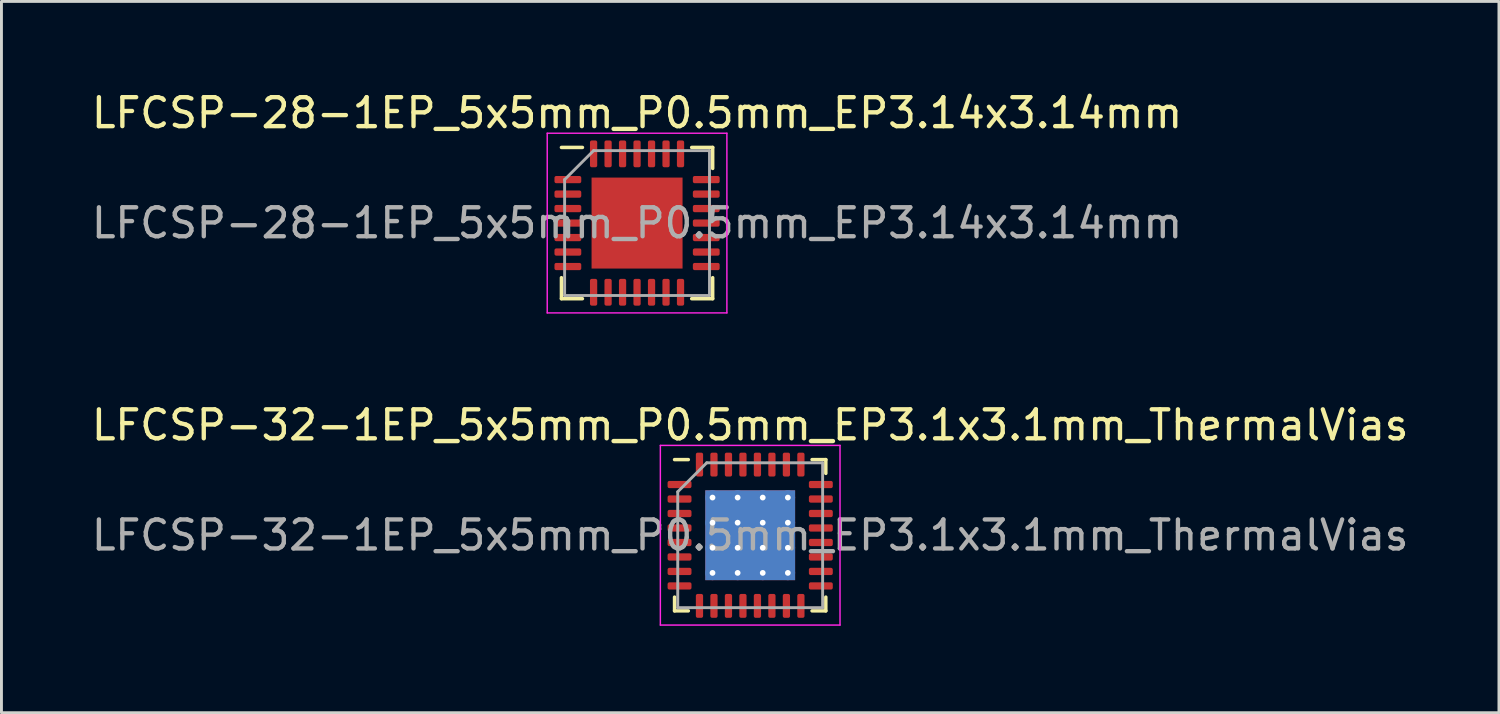
<source format=kicad_pcb>
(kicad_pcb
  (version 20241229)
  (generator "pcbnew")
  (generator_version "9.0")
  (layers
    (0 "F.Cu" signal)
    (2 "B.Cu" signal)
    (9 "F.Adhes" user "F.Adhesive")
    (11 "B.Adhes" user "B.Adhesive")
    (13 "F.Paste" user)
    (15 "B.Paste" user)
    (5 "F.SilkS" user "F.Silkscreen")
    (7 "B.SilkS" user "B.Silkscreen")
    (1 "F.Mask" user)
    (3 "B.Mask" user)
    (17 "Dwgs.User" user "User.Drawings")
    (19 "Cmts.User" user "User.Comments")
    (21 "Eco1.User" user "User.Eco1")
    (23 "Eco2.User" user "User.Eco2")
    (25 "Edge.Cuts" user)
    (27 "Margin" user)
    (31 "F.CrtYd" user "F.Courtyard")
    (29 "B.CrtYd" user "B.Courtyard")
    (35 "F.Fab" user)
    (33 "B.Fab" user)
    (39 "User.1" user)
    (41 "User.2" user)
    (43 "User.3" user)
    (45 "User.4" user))
  (footprint "LFCSP-28-1EP_5x5mm_P0.5mm_EP3.14x3.14mm"
    (layer "F.Cu")
    (at 18.935 4.648)
    (property "Reference" "LFCSP-28-1EP_5x5mm_P0.5mm_EP3.14x3.14mm" (at 0 -3.8 0) (layer "F.SilkS") (effects (font (size 1 1) (thickness 0.15))))
    (attr smd)
    (fp_line (start -2.61 2.61) (end -2.61 1.885) (stroke (width 0.12) (type solid)) (layer "F.SilkS"))
    (fp_line (start -1.885 -2.61) (end -2.61 -2.61) (stroke (width 0.12) (type solid)) (layer "F.SilkS"))
    (fp_line (start -1.885 2.61) (end -2.61 2.61) (stroke (width 0.12) (type solid)) (layer "F.SilkS"))
    (fp_line (start 1.885 -2.61) (end 2.61 -2.61) (stroke (width 0.12) (type solid)) (layer "F.SilkS"))
    (fp_line (start 1.885 2.61) (end 2.61 2.61) (stroke (width 0.12) (type solid)) (layer "F.SilkS"))
    (fp_line (start 2.61 -2.61) (end 2.61 -1.885) (stroke (width 0.12) (type solid)) (layer "F.SilkS"))
    (fp_line (start 2.61 2.61) (end 2.61 1.885) (stroke (width 0.12) (type solid)) (layer "F.SilkS"))
    (fp_line (start -3.1 -3.1) (end -3.1 3.1) (stroke (width 0.05) (type solid)) (layer "F.CrtYd"))
    (fp_line (start -3.1 3.1) (end 3.1 3.1) (stroke (width 0.05) (type solid)) (layer "F.CrtYd"))
    (fp_line (start 3.1 -3.1) (end -3.1 -3.1) (stroke (width 0.05) (type solid)) (layer "F.CrtYd"))
    (fp_line (start 3.1 3.1) (end 3.1 -3.1) (stroke (width 0.05) (type solid)) (layer "F.CrtYd"))
    (fp_line (start -2.5 -1.5) (end -1.5 -2.5) (stroke (width 0.1) (type solid)) (layer "F.Fab"))
    (fp_line (start -2.5 2.5) (end -2.5 -1.5) (stroke (width 0.1) (type solid)) (layer "F.Fab"))
    (fp_line (start -1.5 -2.5) (end 2.5 -2.5) (stroke (width 0.1) (type solid)) (layer "F.Fab"))
    (fp_line (start 2.5 -2.5) (end 2.5 2.5) (stroke (width 0.1) (type solid)) (layer "F.Fab"))
    (fp_line (start 2.5 2.5) (end -2.5 2.5) (stroke (width 0.1) (type solid)) (layer "F.Fab"))
    (fp_text user "${REFERENCE}" (at 0 0 0) (layer "F.Fab") (effects (font (size 1 1) (thickness 0.15))))
    (pad "" smd roundrect (at -0.785 -0.785) (size 1.27 1.27) (layers "F.Paste") (roundrect_rratio 0.197))
    (pad "" smd roundrect (at -0.785 0.785) (size 1.27 1.27) (layers "F.Paste") (roundrect_rratio 0.197))
    (pad "" smd roundrect (at 0.785 -0.785) (size 1.27 1.27) (layers "F.Paste") (roundrect_rratio 0.197))
    (pad "" smd roundrect (at 0.785 0.785) (size 1.27 1.27) (layers "F.Paste") (roundrect_rratio 0.197))
    (pad "1" smd roundrect (at -2.388 -1.5) (size 0.925 0.25) (layers "F.Cu" "F.Mask" "F.Paste") (roundrect_rratio 0.25))
    (pad "2" smd roundrect (at -2.388 -1) (size 0.925 0.25) (layers "F.Cu" "F.Mask" "F.Paste") (roundrect_rratio 0.25))
    (pad "3" smd roundrect (at -2.388 -0.5) (size 0.925 0.25) (layers "F.Cu" "F.Mask" "F.Paste") (roundrect_rratio 0.25))
    (pad "4" smd roundrect (at -2.388 0) (size 0.925 0.25) (layers "F.Cu" "F.Mask" "F.Paste") (roundrect_rratio 0.25))
    (pad "5" smd roundrect (at -2.388 0.5) (size 0.925 0.25) (layers "F.Cu" "F.Mask" "F.Paste") (roundrect_rratio 0.25))
    (pad "6" smd roundrect (at -2.388 1) (size 0.925 0.25) (layers "F.Cu" "F.Mask" "F.Paste") (roundrect_rratio 0.25))
    (pad "7" smd roundrect (at -2.388 1.5) (size 0.925 0.25) (layers "F.Cu" "F.Mask" "F.Paste") (roundrect_rratio 0.25))
    (pad "8" smd roundrect (at -1.5 2.388) (size 0.25 0.925) (layers "F.Cu" "F.Mask" "F.Paste") (roundrect_rratio 0.25))
    (pad "9" smd roundrect (at -1 2.388) (size 0.25 0.925) (layers "F.Cu" "F.Mask" "F.Paste") (roundrect_rratio 0.25))
    (pad "10" smd roundrect (at -0.5 2.388) (size 0.25 0.925) (layers "F.Cu" "F.Mask" "F.Paste") (roundrect_rratio 0.25))
    (pad "11" smd roundrect (at 0 2.388) (size 0.25 0.925) (layers "F.Cu" "F.Mask" "F.Paste") (roundrect_rratio 0.25))
    (pad "12" smd roundrect (at 0.5 2.388) (size 0.25 0.925) (layers "F.Cu" "F.Mask" "F.Paste") (roundrect_rratio 0.25))
    (pad "13" smd roundrect (at 1 2.388) (size 0.25 0.925) (layers "F.Cu" "F.Mask" "F.Paste") (roundrect_rratio 0.25))
    (pad "14" smd roundrect (at 1.5 2.388) (size 0.25 0.925) (layers "F.Cu" "F.Mask" "F.Paste") (roundrect_rratio 0.25))
    (pad "15" smd roundrect (at 2.388 1.5) (size 0.925 0.25) (layers "F.Cu" "F.Mask" "F.Paste") (roundrect_rratio 0.25))
    (pad "16" smd roundrect (at 2.388 1) (size 0.925 0.25) (layers "F.Cu" "F.Mask" "F.Paste") (roundrect_rratio 0.25))
    (pad "17" smd roundrect (at 2.388 0.5) (size 0.925 0.25) (layers "F.Cu" "F.Mask" "F.Paste") (roundrect_rratio 0.25))
    (pad "18" smd roundrect (at 2.388 0) (size 0.925 0.25) (layers "F.Cu" "F.Mask" "F.Paste") (roundrect_rratio 0.25))
    (pad "19" smd roundrect (at 2.388 -0.5) (size 0.925 0.25) (layers "F.Cu" "F.Mask" "F.Paste") (roundrect_rratio 0.25))
    (pad "20" smd roundrect (at 2.388 -1) (size 0.925 0.25) (layers "F.Cu" "F.Mask" "F.Paste") (roundrect_rratio 0.25))
    (pad "21" smd roundrect (at 2.388 -1.5) (size 0.925 0.25) (layers "F.Cu" "F.Mask" "F.Paste") (roundrect_rratio 0.25))
    (pad "22" smd roundrect (at 1.5 -2.388) (size 0.25 0.925) (layers "F.Cu" "F.Mask" "F.Paste") (roundrect_rratio 0.25))
    (pad "23" smd roundrect (at 1 -2.388) (size 0.25 0.925) (layers "F.Cu" "F.Mask" "F.Paste") (roundrect_rratio 0.25))
    (pad "24" smd roundrect (at 0.5 -2.388) (size 0.25 0.925) (layers "F.Cu" "F.Mask" "F.Paste") (roundrect_rratio 0.25))
    (pad "25" smd roundrect (at 0 -2.388) (size 0.25 0.925) (layers "F.Cu" "F.Mask" "F.Paste") (roundrect_rratio 0.25))
    (pad "26" smd roundrect (at -0.5 -2.388) (size 0.25 0.925) (layers "F.Cu" "F.Mask" "F.Paste") (roundrect_rratio 0.25))
    (pad "27" smd roundrect (at -1 -2.388) (size 0.25 0.925) (layers "F.Cu" "F.Mask" "F.Paste") (roundrect_rratio 0.25))
    (pad "28" smd roundrect (at -1.5 -2.388) (size 0.25 0.925) (layers "F.Cu" "F.Mask" "F.Paste") (roundrect_rratio 0.25))
    (pad "29" smd rect (at 0 0) (size 3.14 3.14) (layers "F.Cu" "F.Mask")))
  (footprint "LFCSP-32-1EP_5x5mm_P0.5mm_EP3.1x3.1mm_ThermalVias"
    (layer "F.Cu")
    (at 22.839 15.421)
    (property "Reference" "LFCSP-32-1EP_5x5mm_P0.5mm_EP3.1x3.1mm_ThermalVias" (at 0 -3.8 0) (layer "F.SilkS") (effects (font (size 1 1) (thickness 0.15))))
    (attr smd)
    (fp_line (start -2.61 2.61) (end -2.61 2.135) (stroke (width 0.12) (type solid)) (layer "F.SilkS"))
    (fp_line (start -2.135 -2.61) (end -2.61 -2.61) (stroke (width 0.12) (type solid)) (layer "F.SilkS"))
    (fp_line (start -2.135 2.61) (end -2.61 2.61) (stroke (width 0.12) (type solid)) (layer "F.SilkS"))
    (fp_line (start 2.135 -2.61) (end 2.61 -2.61) (stroke (width 0.12) (type solid)) (layer "F.SilkS"))
    (fp_line (start 2.135 2.61) (end 2.61 2.61) (stroke (width 0.12) (type solid)) (layer "F.SilkS"))
    (fp_line (start 2.61 -2.61) (end 2.61 -2.135) (stroke (width 0.12) (type solid)) (layer "F.SilkS"))
    (fp_line (start 2.61 2.61) (end 2.61 2.135) (stroke (width 0.12) (type solid)) (layer "F.SilkS"))
    (fp_line (start -3.1 -3.1) (end -3.1 3.1) (stroke (width 0.05) (type solid)) (layer "F.CrtYd"))
    (fp_line (start -3.1 3.1) (end 3.1 3.1) (stroke (width 0.05) (type solid)) (layer "F.CrtYd"))
    (fp_line (start 3.1 -3.1) (end -3.1 -3.1) (stroke (width 0.05) (type solid)) (layer "F.CrtYd"))
    (fp_line (start 3.1 3.1) (end 3.1 -3.1) (stroke (width 0.05) (type solid)) (layer "F.CrtYd"))
    (fp_line (start -2.5 -1.5) (end -1.5 -2.5) (stroke (width 0.1) (type solid)) (layer "F.Fab"))
    (fp_line (start -2.5 2.5) (end -2.5 -1.5) (stroke (width 0.1) (type solid)) (layer "F.Fab"))
    (fp_line (start -1.5 -2.5) (end 2.5 -2.5) (stroke (width 0.1) (type solid)) (layer "F.Fab"))
    (fp_line (start 2.5 -2.5) (end 2.5 2.5) (stroke (width 0.1) (type solid)) (layer "F.Fab"))
    (fp_line (start 2.5 2.5) (end -2.5 2.5) (stroke (width 0.1) (type solid)) (layer "F.Fab"))
    (fp_text user "${REFERENCE}" (at 0 0 0) (layer "F.Fab") (effects (font (size 1 1) (thickness 0.15))))
    (pad "" smd custom (at -0.867 -0.867) (size 0.657 0.657) (layers "F.Paste") (options (anchor circle)) (primitives (gr_poly (pts (xy 0.24 -0.094) (xy 0.24 0.094) (xy 0.094 0.24) (xy -0.094 0.24) (xy -0.24 0.094) (xy -0.24 -0.094) (xy -0.094 -0.24) (xy 0.094 -0.24)) (width 0.353) (fill yes))))
    (pad "" smd custom (at -0.867 0) (size 0.657 0.657) (layers "F.Paste") (options (anchor circle)) (primitives (gr_poly (pts (xy 0.24 -0.094) (xy 0.24 0.094) (xy 0.094 0.24) (xy -0.094 0.24) (xy -0.24 0.094) (xy -0.24 -0.094) (xy -0.094 -0.24) (xy 0.094 -0.24)) (width 0.353) (fill yes))))
    (pad "" smd custom (at -0.867 0.867) (size 0.657 0.657) (layers "F.Paste") (options (anchor circle)) (primitives (gr_poly (pts (xy 0.24 -0.094) (xy 0.24 0.094) (xy 0.094 0.24) (xy -0.094 0.24) (xy -0.24 0.094) (xy -0.24 -0.094) (xy -0.094 -0.24) (xy 0.094 -0.24)) (width 0.353) (fill yes))))
    (pad "" smd custom (at 0 -0.867) (size 0.657 0.657) (layers "F.Paste") (options (anchor circle)) (primitives (gr_poly (pts (xy 0.24 -0.094) (xy 0.24 0.094) (xy 0.094 0.24) (xy -0.094 0.24) (xy -0.24 0.094) (xy -0.24 -0.094) (xy -0.094 -0.24) (xy 0.094 -0.24)) (width 0.353) (fill yes))))
    (pad "" smd custom (at 0 0) (size 0.657 0.657) (layers "F.Paste") (options (anchor circle)) (primitives (gr_poly (pts (xy 0.24 -0.094) (xy 0.24 0.094) (xy 0.094 0.24) (xy -0.094 0.24) (xy -0.24 0.094) (xy -0.24 -0.094) (xy -0.094 -0.24) (xy 0.094 -0.24)) (width 0.353) (fill yes))))
    (pad "" smd custom (at 0 0.867) (size 0.657 0.657) (layers "F.Paste") (options (anchor circle)) (primitives (gr_poly (pts (xy 0.24 -0.094) (xy 0.24 0.094) (xy 0.094 0.24) (xy -0.094 0.24) (xy -0.24 0.094) (xy -0.24 -0.094) (xy -0.094 -0.24) (xy 0.094 -0.24)) (width 0.353) (fill yes))))
    (pad "" smd custom (at 0.867 -0.867) (size 0.657 0.657) (layers "F.Paste") (options (anchor circle)) (primitives (gr_poly (pts (xy 0.24 -0.094) (xy 0.24 0.094) (xy 0.094 0.24) (xy -0.094 0.24) (xy -0.24 0.094) (xy -0.24 -0.094) (xy -0.094 -0.24) (xy 0.094 -0.24)) (width 0.353) (fill yes))))
    (pad "" smd custom (at 0.867 0) (size 0.657 0.657) (layers "F.Paste") (options (anchor circle)) (primitives (gr_poly (pts (xy 0.24 -0.094) (xy 0.24 0.094) (xy 0.094 0.24) (xy -0.094 0.24) (xy -0.24 0.094) (xy -0.24 -0.094) (xy -0.094 -0.24) (xy 0.094 -0.24)) (width 0.353) (fill yes))))
    (pad "" smd custom (at 0.867 0.867) (size 0.657 0.657) (layers "F.Paste") (options (anchor circle)) (primitives (gr_poly (pts (xy 0.24 -0.094) (xy 0.24 0.094) (xy 0.094 0.24) (xy -0.094 0.24) (xy -0.24 0.094) (xy -0.24 -0.094) (xy -0.094 -0.24) (xy 0.094 -0.24)) (width 0.353) (fill yes))))
    (pad "1" smd roundrect (at -2.438 -1.75) (size 0.825 0.25) (layers "F.Cu" "F.Mask" "F.Paste") (roundrect_rratio 0.25))
    (pad "2" smd roundrect (at -2.438 -1.25) (size 0.825 0.25) (layers "F.Cu" "F.Mask" "F.Paste") (roundrect_rratio 0.25))
    (pad "3" smd roundrect (at -2.438 -0.75) (size 0.825 0.25) (layers "F.Cu" "F.Mask" "F.Paste") (roundrect_rratio 0.25))
    (pad "4" smd roundrect (at -2.438 -0.25) (size 0.825 0.25) (layers "F.Cu" "F.Mask" "F.Paste") (roundrect_rratio 0.25))
    (pad "5" smd roundrect (at -2.438 0.25) (size 0.825 0.25) (layers "F.Cu" "F.Mask" "F.Paste") (roundrect_rratio 0.25))
    (pad "6" smd roundrect (at -2.438 0.75) (size 0.825 0.25) (layers "F.Cu" "F.Mask" "F.Paste") (roundrect_rratio 0.25))
    (pad "7" smd roundrect (at -2.438 1.25) (size 0.825 0.25) (layers "F.Cu" "F.Mask" "F.Paste") (roundrect_rratio 0.25))
    (pad "8" smd roundrect (at -2.438 1.75) (size 0.825 0.25) (layers "F.Cu" "F.Mask" "F.Paste") (roundrect_rratio 0.25))
    (pad "9" smd roundrect (at -1.75 2.438) (size 0.25 0.825) (layers "F.Cu" "F.Mask" "F.Paste") (roundrect_rratio 0.25))
    (pad "10" smd roundrect (at -1.25 2.438) (size 0.25 0.825) (layers "F.Cu" "F.Mask" "F.Paste") (roundrect_rratio 0.25))
    (pad "11" smd roundrect (at -0.75 2.438) (size 0.25 0.825) (layers "F.Cu" "F.Mask" "F.Paste") (roundrect_rratio 0.25))
    (pad "12" smd roundrect (at -0.25 2.438) (size 0.25 0.825) (layers "F.Cu" "F.Mask" "F.Paste") (roundrect_rratio 0.25))
    (pad "13" smd roundrect (at 0.25 2.438) (size 0.25 0.825) (layers "F.Cu" "F.Mask" "F.Paste") (roundrect_rratio 0.25))
    (pad "14" smd roundrect (at 0.75 2.438) (size 0.25 0.825) (layers "F.Cu" "F.Mask" "F.Paste") (roundrect_rratio 0.25))
    (pad "15" smd roundrect (at 1.25 2.438) (size 0.25 0.825) (layers "F.Cu" "F.Mask" "F.Paste") (roundrect_rratio 0.25))
    (pad "16" smd roundrect (at 1.75 2.438) (size 0.25 0.825) (layers "F.Cu" "F.Mask" "F.Paste") (roundrect_rratio 0.25))
    (pad "17" smd roundrect (at 2.438 1.75) (size 0.825 0.25) (layers "F.Cu" "F.Mask" "F.Paste") (roundrect_rratio 0.25))
    (pad "18" smd roundrect (at 2.438 1.25) (size 0.825 0.25) (layers "F.Cu" "F.Mask" "F.Paste") (roundrect_rratio 0.25))
    (pad "19" smd roundrect (at 2.438 0.75) (size 0.825 0.25) (layers "F.Cu" "F.Mask" "F.Paste") (roundrect_rratio 0.25))
    (pad "20" smd roundrect (at 2.438 0.25) (size 0.825 0.25) (layers "F.Cu" "F.Mask" "F.Paste") (roundrect_rratio 0.25))
    (pad "21" smd roundrect (at 2.438 -0.25) (size 0.825 0.25) (layers "F.Cu" "F.Mask" "F.Paste") (roundrect_rratio 0.25))
    (pad "22" smd roundrect (at 2.438 -0.75) (size 0.825 0.25) (layers "F.Cu" "F.Mask" "F.Paste") (roundrect_rratio 0.25))
    (pad "23" smd roundrect (at 2.438 -1.25) (size 0.825 0.25) (layers "F.Cu" "F.Mask" "F.Paste") (roundrect_rratio 0.25))
    (pad "24" smd roundrect (at 2.438 -1.75) (size 0.825 0.25) (layers "F.Cu" "F.Mask" "F.Paste") (roundrect_rratio 0.25))
    (pad "25" smd roundrect (at 1.75 -2.438) (size 0.25 0.825) (layers "F.Cu" "F.Mask" "F.Paste") (roundrect_rratio 0.25))
    (pad "26" smd roundrect (at 1.25 -2.438) (size 0.25 0.825) (layers "F.Cu" "F.Mask" "F.Paste") (roundrect_rratio 0.25))
    (pad "27" smd roundrect (at 0.75 -2.438) (size 0.25 0.825) (layers "F.Cu" "F.Mask" "F.Paste") (roundrect_rratio 0.25))
    (pad "28" smd roundrect (at 0.25 -2.438) (size 0.25 0.825) (layers "F.Cu" "F.Mask" "F.Paste") (roundrect_rratio 0.25))
    (pad "29" smd roundrect (at -0.25 -2.438) (size 0.25 0.825) (layers "F.Cu" "F.Mask" "F.Paste") (roundrect_rratio 0.25))
    (pad "30" smd roundrect (at -0.75 -2.438) (size 0.25 0.825) (layers "F.Cu" "F.Mask" "F.Paste") (roundrect_rratio 0.25))
    (pad "31" smd roundrect (at -1.25 -2.438) (size 0.25 0.825) (layers "F.Cu" "F.Mask" "F.Paste") (roundrect_rratio 0.25))
    (pad "32" smd roundrect (at -1.75 -2.438) (size 0.25 0.825) (layers "F.Cu" "F.Mask" "F.Paste") (roundrect_rratio 0.25))
    (pad "33" thru_hole circle (at -1.3 -1.3) (size 0.5 0.5) (drill 0.2) (layers "*.Cu"))
    (pad "33" thru_hole circle (at -1.3 -0.433) (size 0.5 0.5) (drill 0.2) (layers "*.Cu"))
    (pad "33" thru_hole circle (at -1.3 0.433) (size 0.5 0.5) (drill 0.2) (layers "*.Cu"))
    (pad "33" thru_hole circle (at -1.3 1.3) (size 0.5 0.5) (drill 0.2) (layers "*.Cu"))
    (pad "33" thru_hole circle (at -0.433 -1.3) (size 0.5 0.5) (drill 0.2) (layers "*.Cu"))
    (pad "33" thru_hole circle (at -0.433 -0.433) (size 0.5 0.5) (drill 0.2) (layers "*.Cu"))
    (pad "33" thru_hole circle (at -0.433 0.433) (size 0.5 0.5) (drill 0.2) (layers "*.Cu"))
    (pad "33" thru_hole circle (at -0.433 1.3) (size 0.5 0.5) (drill 0.2) (layers "*.Cu"))
    (pad "33" smd rect (at 0 0) (size 3.1 3.1) (layers "F.Cu" "F.Mask"))
    (pad "33" smd rect (at 0 0) (size 3.1 3.1) (layers "B.Cu"))
    (pad "33" thru_hole circle (at 0.433 -1.3) (size 0.5 0.5) (drill 0.2) (layers "*.Cu"))
    (pad "33" thru_hole circle (at 0.433 -0.433) (size 0.5 0.5) (drill 0.2) (layers "*.Cu"))
    (pad "33" thru_hole circle (at 0.433 0.433) (size 0.5 0.5) (drill 0.2) (layers "*.Cu"))
    (pad "33" thru_hole circle (at 0.433 1.3) (size 0.5 0.5) (drill 0.2) (layers "*.Cu"))
    (pad "33" thru_hole circle (at 1.3 -1.3) (size 0.5 0.5) (drill 0.2) (layers "*.Cu"))
    (pad "33" thru_hole circle (at 1.3 -0.433) (size 0.5 0.5) (drill 0.2) (layers "*.Cu"))
    (pad "33" thru_hole circle (at 1.3 0.433) (size 0.5 0.5) (drill 0.2) (layers "*.Cu"))
    (pad "33" thru_hole circle (at 1.3 1.3) (size 0.5 0.5) (drill 0.2) (layers "*.Cu")))
  (gr_rect
    (start -3 -3)
    (end 48.679 21.547)
    (stroke (width 0.1) (type default))
    (fill no)
    (layer "Edge.Cuts")))
</source>
